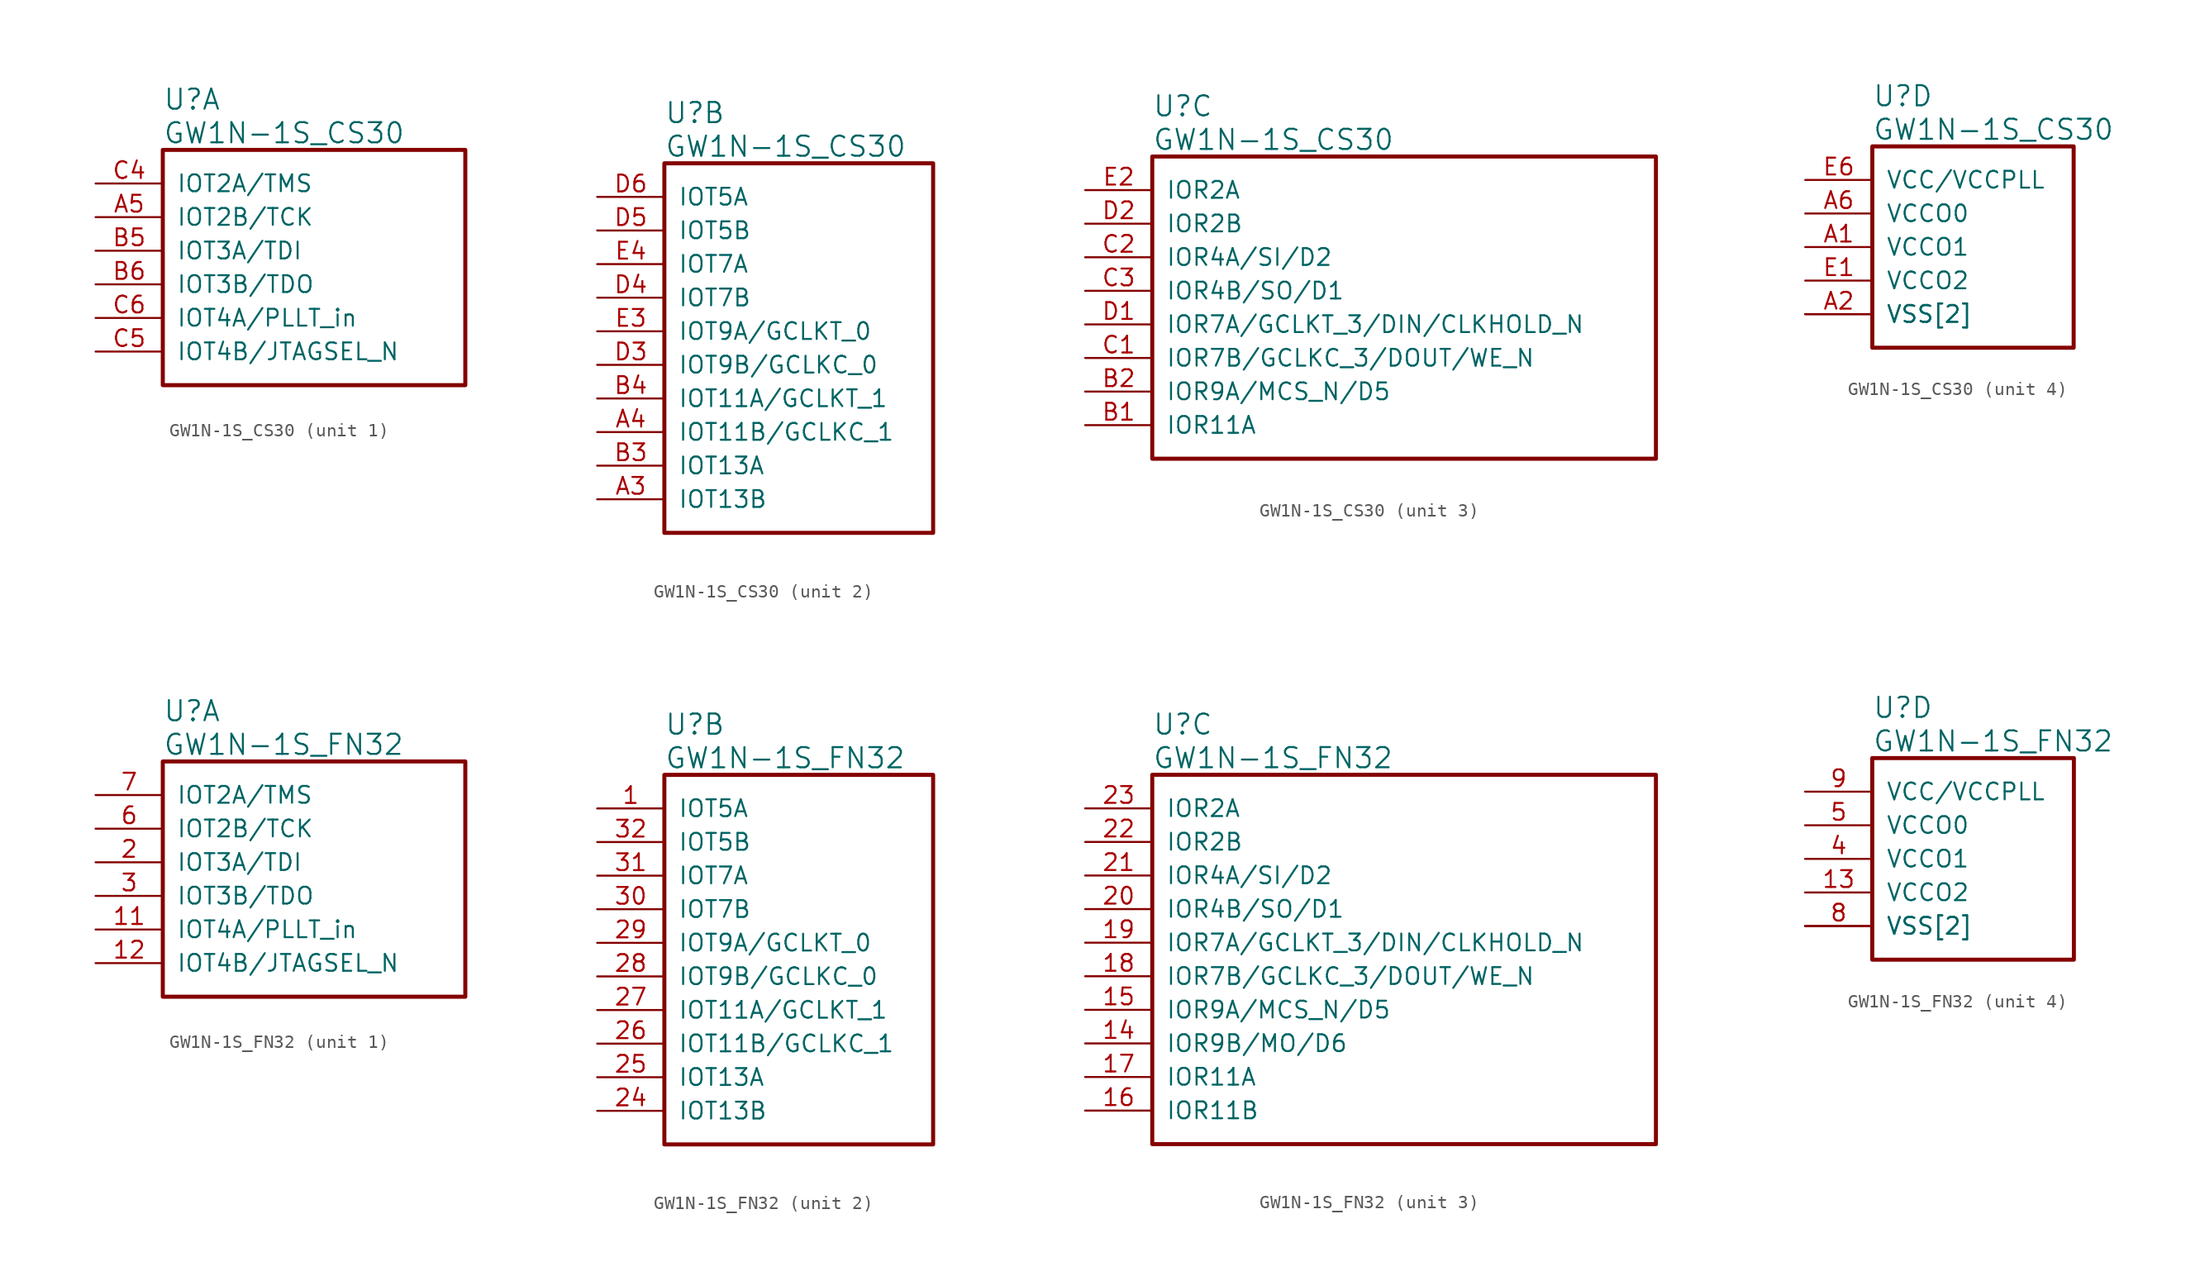
<source format=kicad_sym>
(kicad_symbol_lib
  (version 20211014)
  (generator kicad_symbol_editor)
  (symbol "GW1N-1S_CS30"
    (pin_names
      (offset 1.016))
    (property "Reference" "U"
      (at 5.08 6.35 0)
      (effects (font (size 1.524 1.524)) (justify left)))
    (property "Value" "GW1N-1S_CS30"
      (at 5.08 3.81 0)
      (effects (font (size 1.524 1.524)) (justify left)))
    (property "ki_locked" ""
      (at 0 0 0)
      (effects (font (size 1.27 1.27))))
    (symbol "GW1N-1S_CS30_1_1"
      (rectangle (start 5.08 2.54) (end 27.94 -15.24) (stroke (width 0.305) (type default) (color 0 0 0 0)) (fill (type none)))
      (pin bidirectional line (at 0 -2.54 0) (length 5.08) (name "IOT2B/TCK" (effects (font (size 1.27 1.27)))) (number "A5" (effects (font (size 1.27 1.27)))))
      (pin bidirectional line (at 0 -5.08 0) (length 5.08) (name "IOT3A/TDI" (effects (font (size 1.27 1.27)))) (number "B5" (effects (font (size 1.27 1.27)))))
      (pin bidirectional line (at 0 -7.62 0) (length 5.08) (name "IOT3B/TDO" (effects (font (size 1.27 1.27)))) (number "B6" (effects (font (size 1.27 1.27)))))
      (pin bidirectional line (at 0 0 0) (length 5.08) (name "IOT2A/TMS" (effects (font (size 1.27 1.27)))) (number "C4" (effects (font (size 1.27 1.27)))))
      (pin bidirectional line (at 0 -12.7 0) (length 5.08) (name "IOT4B/JTAGSEL_N" (effects (font (size 1.27 1.27)))) (number "C5" (effects (font (size 1.27 1.27)))))
      (pin bidirectional line (at 0 -10.16 0) (length 5.08) (name "IOT4A/PLLT_in" (effects (font (size 1.27 1.27)))) (number "C6" (effects (font (size 1.27 1.27))))))
    (symbol "GW1N-1S_CS30_2_1"
      (rectangle (start 5.08 2.54) (end 25.4 -25.4) (stroke (width 0.305) (type default) (color 0 0 0 0)) (fill (type none)))
      (pin bidirectional line (at 0 -22.86 0) (length 5.08) (name "IOT13B" (effects (font (size 1.27 1.27)))) (number "A3" (effects (font (size 1.27 1.27)))))
      (pin bidirectional line (at 0 -17.78 0) (length 5.08) (name "IOT11B/GCLKC_1" (effects (font (size 1.27 1.27)))) (number "A4" (effects (font (size 1.27 1.27)))))
      (pin bidirectional line (at 0 -20.32 0) (length 5.08) (name "IOT13A" (effects (font (size 1.27 1.27)))) (number "B3" (effects (font (size 1.27 1.27)))))
      (pin bidirectional line (at 0 -15.24 0) (length 5.08) (name "IOT11A/GCLKT_1" (effects (font (size 1.27 1.27)))) (number "B4" (effects (font (size 1.27 1.27)))))
      (pin bidirectional line (at 0 -12.7 0) (length 5.08) (name "IOT9B/GCLKC_0" (effects (font (size 1.27 1.27)))) (number "D3" (effects (font (size 1.27 1.27)))))
      (pin bidirectional line (at 0 -7.62 0) (length 5.08) (name "IOT7B" (effects (font (size 1.27 1.27)))) (number "D4" (effects (font (size 1.27 1.27)))))
      (pin bidirectional line (at 0 -2.54 0) (length 5.08) (name "IOT5B" (effects (font (size 1.27 1.27)))) (number "D5" (effects (font (size 1.27 1.27)))))
      (pin bidirectional line (at 0 0 0) (length 5.08) (name "IOT5A" (effects (font (size 1.27 1.27)))) (number "D6" (effects (font (size 1.27 1.27)))))
      (pin bidirectional line (at 0 -10.16 0) (length 5.08) (name "IOT9A/GCLKT_0" (effects (font (size 1.27 1.27)))) (number "E3" (effects (font (size 1.27 1.27)))))
      (pin bidirectional line (at 0 -5.08 0) (length 5.08) (name "IOT7A" (effects (font (size 1.27 1.27)))) (number "E4" (effects (font (size 1.27 1.27))))))
    (symbol "GW1N-1S_CS30_3_1"
      (rectangle (start 5.08 2.54) (end 43.18 -20.32) (stroke (width 0.305) (type default) (color 0 0 0 0)) (fill (type none)))
      (pin bidirectional line (at 0 -17.78 0) (length 5.08) (name "IOR11A" (effects (font (size 1.27 1.27)))) (number "B1" (effects (font (size 1.27 1.27)))))
      (pin bidirectional line (at 0 -15.24 0) (length 5.08) (name "IOR9A/MCS_N/D5" (effects (font (size 1.27 1.27)))) (number "B2" (effects (font (size 1.27 1.27)))))
      (pin bidirectional line (at 0 -12.7 0) (length 5.08) (name "IOR7B/GCLKC_3/DOUT/WE_N" (effects (font (size 1.27 1.27)))) (number "C1" (effects (font (size 1.27 1.27)))))
      (pin bidirectional line (at 0 -5.08 0) (length 5.08) (name "IOR4A/SI/D2" (effects (font (size 1.27 1.27)))) (number "C2" (effects (font (size 1.27 1.27)))))
      (pin bidirectional line (at 0 -7.62 0) (length 5.08) (name "IOR4B/SO/D1" (effects (font (size 1.27 1.27)))) (number "C3" (effects (font (size 1.27 1.27)))))
      (pin bidirectional line (at 0 -10.16 0) (length 5.08) (name "IOR7A/GCLKT_3/DIN/CLKHOLD_N" (effects (font (size 1.27 1.27)))) (number "D1" (effects (font (size 1.27 1.27)))))
      (pin bidirectional line (at 0 -2.54 0) (length 5.08) (name "IOR2B" (effects (font (size 1.27 1.27)))) (number "D2" (effects (font (size 1.27 1.27)))))
      (pin bidirectional line (at 0 0 0) (length 5.08) (name "IOR2A" (effects (font (size 1.27 1.27)))) (number "E2" (effects (font (size 1.27 1.27))))))
    (symbol "GW1N-1S_CS30_4_1"
      (rectangle (start 5.08 2.54) (end 20.32 -12.7) (stroke (width 0.305) (type default) (color 0 0 0 0)) (fill (type none)))
      (pin power_in line (at 0 -5.08 0) (length 5.08) (name "VCCO1" (effects (font (size 1.27 1.27)))) (number "A1" (effects (font (size 1.27 1.27)))))
      (pin power_in line (at 0 -10.16 0) (length 5.08) (name "VSS[2]" (effects (font (size 1.27 1.27)))) (number "A2" (effects (font (size 1.27 1.27)))))
      (pin power_in line (at 0 -2.54 0) (length 5.08) (name "VCCO0" (effects (font (size 1.27 1.27)))) (number "A6" (effects (font (size 1.27 1.27)))))
      (pin power_in line (at 0 -7.62 0) (length 5.08) (name "VCCO2" (effects (font (size 1.27 1.27)))) (number "E1" (effects (font (size 1.27 1.27)))))
      (pin power_in line (at 0 -10.16 0) (length 5.08) (name "VSS[2]" (effects (font (size 1.27 1.27)))) (number "E5" (effects (font (size 0 0)))))
      (pin power_in line (at 0 0 0) (length 5.08) (name "VCC/VCCPLL" (effects (font (size 1.27 1.27)))) (number "E6" (effects (font (size 1.27 1.27)))))))
  (symbol "GW1N-1S_FN32"
    (pin_names
      (offset 1.016))
    (property "Reference" "U"
      (at 5.08 6.35 0)
      (effects (font (size 1.524 1.524)) (justify left)))
    (property "Value" "GW1N-1S_FN32"
      (at 5.08 3.81 0)
      (effects (font (size 1.524 1.524)) (justify left)))
    (property "ki_locked" ""
      (at 0 0 0)
      (effects (font (size 1.27 1.27))))
    (symbol "GW1N-1S_FN32_1_1"
      (rectangle (start 5.08 2.54) (end 27.94 -15.24) (stroke (width 0.305) (type default) (color 0 0 0 0)) (fill (type none)))
      (pin bidirectional line (at 0 -10.16 0) (length 5.08) (name "IOT4A/PLLT_in" (effects (font (size 1.27 1.27)))) (number "11" (effects (font (size 1.27 1.27)))))
      (pin bidirectional line (at 0 -12.7 0) (length 5.08) (name "IOT4B/JTAGSEL_N" (effects (font (size 1.27 1.27)))) (number "12" (effects (font (size 1.27 1.27)))))
      (pin bidirectional line (at 0 -5.08 0) (length 5.08) (name "IOT3A/TDI" (effects (font (size 1.27 1.27)))) (number "2" (effects (font (size 1.27 1.27)))))
      (pin bidirectional line (at 0 -7.62 0) (length 5.08) (name "IOT3B/TDO" (effects (font (size 1.27 1.27)))) (number "3" (effects (font (size 1.27 1.27)))))
      (pin bidirectional line (at 0 -2.54 0) (length 5.08) (name "IOT2B/TCK" (effects (font (size 1.27 1.27)))) (number "6" (effects (font (size 1.27 1.27)))))
      (pin bidirectional line (at 0 0 0) (length 5.08) (name "IOT2A/TMS" (effects (font (size 1.27 1.27)))) (number "7" (effects (font (size 1.27 1.27))))))
    (symbol "GW1N-1S_FN32_2_1"
      (rectangle (start 5.08 2.54) (end 25.4 -25.4) (stroke (width 0.305) (type default) (color 0 0 0 0)) (fill (type none)))
      (pin bidirectional line (at 0 0 0) (length 5.08) (name "IOT5A" (effects (font (size 1.27 1.27)))) (number "1" (effects (font (size 1.27 1.27)))))
      (pin bidirectional line (at 0 -22.86 0) (length 5.08) (name "IOT13B" (effects (font (size 1.27 1.27)))) (number "24" (effects (font (size 1.27 1.27)))))
      (pin bidirectional line (at 0 -20.32 0) (length 5.08) (name "IOT13A" (effects (font (size 1.27 1.27)))) (number "25" (effects (font (size 1.27 1.27)))))
      (pin bidirectional line (at 0 -17.78 0) (length 5.08) (name "IOT11B/GCLKC_1" (effects (font (size 1.27 1.27)))) (number "26" (effects (font (size 1.27 1.27)))))
      (pin bidirectional line (at 0 -15.24 0) (length 5.08) (name "IOT11A/GCLKT_1" (effects (font (size 1.27 1.27)))) (number "27" (effects (font (size 1.27 1.27)))))
      (pin bidirectional line (at 0 -12.7 0) (length 5.08) (name "IOT9B/GCLKC_0" (effects (font (size 1.27 1.27)))) (number "28" (effects (font (size 1.27 1.27)))))
      (pin bidirectional line (at 0 -10.16 0) (length 5.08) (name "IOT9A/GCLKT_0" (effects (font (size 1.27 1.27)))) (number "29" (effects (font (size 1.27 1.27)))))
      (pin bidirectional line (at 0 -7.62 0) (length 5.08) (name "IOT7B" (effects (font (size 1.27 1.27)))) (number "30" (effects (font (size 1.27 1.27)))))
      (pin bidirectional line (at 0 -5.08 0) (length 5.08) (name "IOT7A" (effects (font (size 1.27 1.27)))) (number "31" (effects (font (size 1.27 1.27)))))
      (pin bidirectional line (at 0 -2.54 0) (length 5.08) (name "IOT5B" (effects (font (size 1.27 1.27)))) (number "32" (effects (font (size 1.27 1.27))))))
    (symbol "GW1N-1S_FN32_3_1"
      (rectangle (start 5.08 2.54) (end 43.18 -25.4) (stroke (width 0.305) (type default) (color 0 0 0 0)) (fill (type none)))
      (pin bidirectional line (at 0 -17.78 0) (length 5.08) (name "IOR9B/MO/D6" (effects (font (size 1.27 1.27)))) (number "14" (effects (font (size 1.27 1.27)))))
      (pin bidirectional line (at 0 -15.24 0) (length 5.08) (name "IOR9A/MCS_N/D5" (effects (font (size 1.27 1.27)))) (number "15" (effects (font (size 1.27 1.27)))))
      (pin bidirectional line (at 0 -22.86 0) (length 5.08) (name "IOR11B" (effects (font (size 1.27 1.27)))) (number "16" (effects (font (size 1.27 1.27)))))
      (pin bidirectional line (at 0 -20.32 0) (length 5.08) (name "IOR11A" (effects (font (size 1.27 1.27)))) (number "17" (effects (font (size 1.27 1.27)))))
      (pin bidirectional line (at 0 -12.7 0) (length 5.08) (name "IOR7B/GCLKC_3/DOUT/WE_N" (effects (font (size 1.27 1.27)))) (number "18" (effects (font (size 1.27 1.27)))))
      (pin bidirectional line (at 0 -10.16 0) (length 5.08) (name "IOR7A/GCLKT_3/DIN/CLKHOLD_N" (effects (font (size 1.27 1.27)))) (number "19" (effects (font (size 1.27 1.27)))))
      (pin bidirectional line (at 0 -7.62 0) (length 5.08) (name "IOR4B/SO/D1" (effects (font (size 1.27 1.27)))) (number "20" (effects (font (size 1.27 1.27)))))
      (pin bidirectional line (at 0 -5.08 0) (length 5.08) (name "IOR4A/SI/D2" (effects (font (size 1.27 1.27)))) (number "21" (effects (font (size 1.27 1.27)))))
      (pin bidirectional line (at 0 -2.54 0) (length 5.08) (name "IOR2B" (effects (font (size 1.27 1.27)))) (number "22" (effects (font (size 1.27 1.27)))))
      (pin bidirectional line (at 0 0 0) (length 5.08) (name "IOR2A" (effects (font (size 1.27 1.27)))) (number "23" (effects (font (size 1.27 1.27))))))
    (symbol "GW1N-1S_FN32_4_1"
      (rectangle (start 5.08 2.54) (end 20.32 -12.7) (stroke (width 0.305) (type default) (color 0 0 0 0)) (fill (type none)))
      (pin power_in line (at 0 -10.16 0) (length 5.08) (name "VSS[2]" (effects (font (size 1.27 1.27)))) (number "10" (effects (font (size 0 0)))))
      (pin power_in line (at 0 -7.62 0) (length 5.08) (name "VCCO2" (effects (font (size 1.27 1.27)))) (number "13" (effects (font (size 1.27 1.27)))))
      (pin power_in line (at 0 -5.08 0) (length 5.08) (name "VCCO1" (effects (font (size 1.27 1.27)))) (number "4" (effects (font (size 1.27 1.27)))))
      (pin power_in line (at 0 -2.54 0) (length 5.08) (name "VCCO0" (effects (font (size 1.27 1.27)))) (number "5" (effects (font (size 1.27 1.27)))))
      (pin power_in line (at 0 -10.16 0) (length 5.08) (name "VSS[2]" (effects (font (size 1.27 1.27)))) (number "8" (effects (font (size 1.27 1.27)))))
      (pin power_in line (at 0 0 0) (length 5.08) (name "VCC/VCCPLL" (effects (font (size 1.27 1.27)))) (number "9" (effects (font (size 1.27 1.27))))))))
</source>
